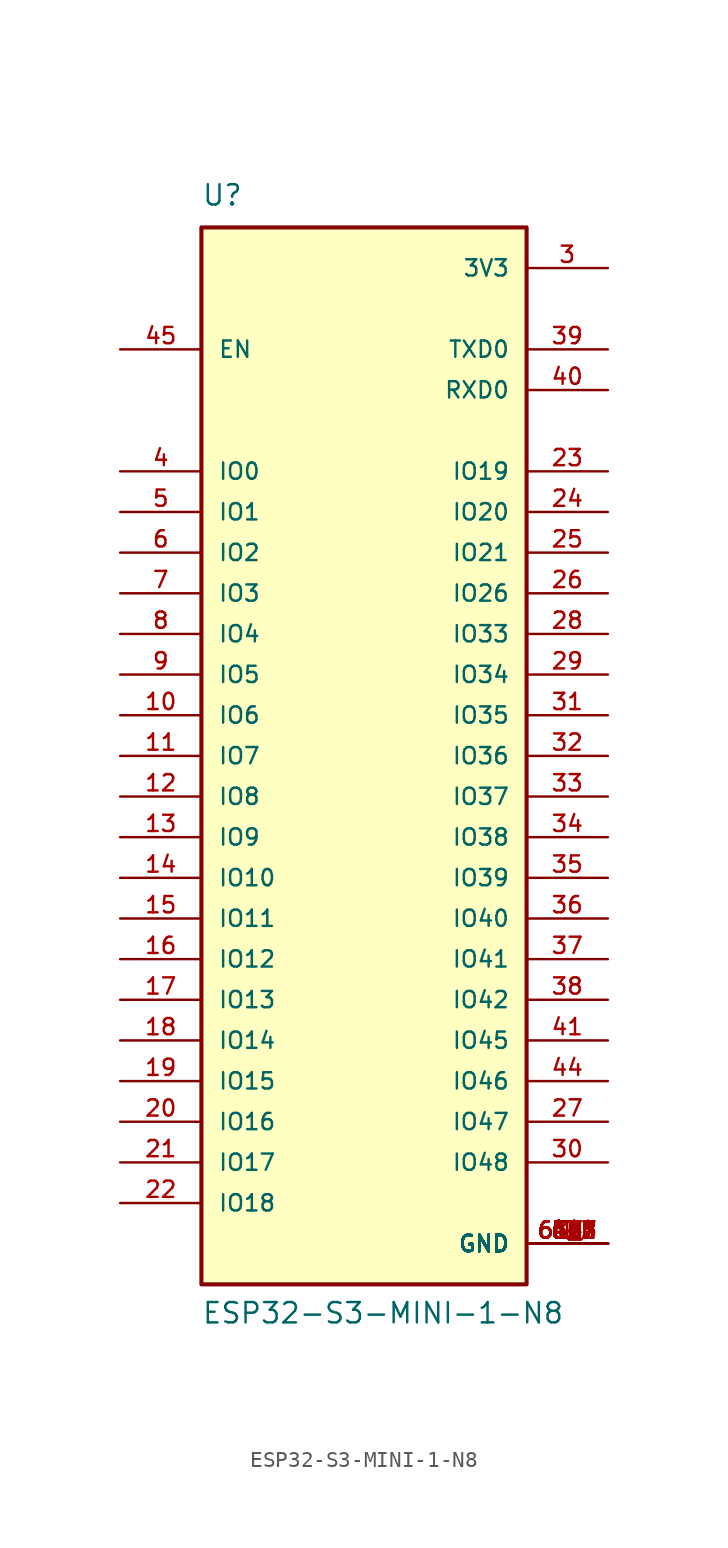
<source format=kicad_sym>
(kicad_symbol_lib
  (version 20241209)
  (generator "kicad_symbol_editor")
  (generator_version "9.0")
  (symbol "ESP32-S3-MINI-1-N8"
    (pin_names
      (offset 1.016))
    (property "Reference" "U"
      (at -10.16 34.29 0)
      (effects (font (size 1.27 1.27)) (justify left bottom)))
    (property "Value" "ESP32-S3-MINI-1-N8"
      (at -10.16 -35.56 0)
      (effects (font (size 1.27 1.27)) (justify left bottom)))
    (symbol "ESP32-S3-MINI-1-N8_0_0"
      (rectangle (start -10.16 -33.02) (end 10.16 33.02) (stroke (width 0.254) (type default)) (fill (type background)))
      (pin input line (at -15.24 25.4 0) (length 5.08) (name "EN" (effects (font (size 1.016 1.016)))) (number "45" (effects (font (size 1.016 1.016)))))
      (pin bidirectional line (at -15.24 17.78 0) (length 5.08) (name "IO0" (effects (font (size 1.016 1.016)))) (number "4" (effects (font (size 1.016 1.016)))))
      (pin bidirectional line (at -15.24 15.24 0) (length 5.08) (name "IO1" (effects (font (size 1.016 1.016)))) (number "5" (effects (font (size 1.016 1.016)))))
      (pin bidirectional line (at -15.24 12.7 0) (length 5.08) (name "IO2" (effects (font (size 1.016 1.016)))) (number "6" (effects (font (size 1.016 1.016)))))
      (pin bidirectional line (at -15.24 10.16 0) (length 5.08) (name "IO3" (effects (font (size 1.016 1.016)))) (number "7" (effects (font (size 1.016 1.016)))))
      (pin bidirectional line (at -15.24 7.62 0) (length 5.08) (name "IO4" (effects (font (size 1.016 1.016)))) (number "8" (effects (font (size 1.016 1.016)))))
      (pin bidirectional line (at -15.24 5.08 0) (length 5.08) (name "IO5" (effects (font (size 1.016 1.016)))) (number "9" (effects (font (size 1.016 1.016)))))
      (pin bidirectional line (at -15.24 2.54 0) (length 5.08) (name "IO6" (effects (font (size 1.016 1.016)))) (number "10" (effects (font (size 1.016 1.016)))))
      (pin bidirectional line (at -15.24 0 0) (length 5.08) (name "IO7" (effects (font (size 1.016 1.016)))) (number "11" (effects (font (size 1.016 1.016)))))
      (pin bidirectional line (at -15.24 -2.54 0) (length 5.08) (name "IO8" (effects (font (size 1.016 1.016)))) (number "12" (effects (font (size 1.016 1.016)))))
      (pin bidirectional line (at -15.24 -5.08 0) (length 5.08) (name "IO9" (effects (font (size 1.016 1.016)))) (number "13" (effects (font (size 1.016 1.016)))))
      (pin bidirectional line (at -15.24 -7.62 0) (length 5.08) (name "IO10" (effects (font (size 1.016 1.016)))) (number "14" (effects (font (size 1.016 1.016)))))
      (pin bidirectional line (at -15.24 -10.16 0) (length 5.08) (name "IO11" (effects (font (size 1.016 1.016)))) (number "15" (effects (font (size 1.016 1.016)))))
      (pin bidirectional line (at -15.24 -12.7 0) (length 5.08) (name "IO12" (effects (font (size 1.016 1.016)))) (number "16" (effects (font (size 1.016 1.016)))))
      (pin bidirectional line (at -15.24 -15.24 0) (length 5.08) (name "IO13" (effects (font (size 1.016 1.016)))) (number "17" (effects (font (size 1.016 1.016)))))
      (pin bidirectional line (at -15.24 -17.78 0) (length 5.08) (name "IO14" (effects (font (size 1.016 1.016)))) (number "18" (effects (font (size 1.016 1.016)))))
      (pin bidirectional line (at -15.24 -20.32 0) (length 5.08) (name "IO15" (effects (font (size 1.016 1.016)))) (number "19" (effects (font (size 1.016 1.016)))))
      (pin bidirectional line (at -15.24 -22.86 0) (length 5.08) (name "IO16" (effects (font (size 1.016 1.016)))) (number "20" (effects (font (size 1.016 1.016)))))
      (pin bidirectional line (at -15.24 -25.4 0) (length 5.08) (name "IO17" (effects (font (size 1.016 1.016)))) (number "21" (effects (font (size 1.016 1.016)))))
      (pin bidirectional line (at -15.24 -27.94 0) (length 5.08) (name "IO18" (effects (font (size 1.016 1.016)))) (number "22" (effects (font (size 1.016 1.016)))))
      (pin power_in line (at 15.24 30.48 180) (length 5.08) (name "3V3" (effects (font (size 1.016 1.016)))) (number "3" (effects (font (size 1.016 1.016)))))
      (pin bidirectional line (at 15.24 25.4 180) (length 5.08) (name "TXD0" (effects (font (size 1.016 1.016)))) (number "39" (effects (font (size 1.016 1.016)))))
      (pin bidirectional line (at 15.24 22.86 180) (length 5.08) (name "RXD0" (effects (font (size 1.016 1.016)))) (number "40" (effects (font (size 1.016 1.016)))))
      (pin bidirectional line (at 15.24 17.78 180) (length 5.08) (name "IO19" (effects (font (size 1.016 1.016)))) (number "23" (effects (font (size 1.016 1.016)))))
      (pin bidirectional line (at 15.24 15.24 180) (length 5.08) (name "IO20" (effects (font (size 1.016 1.016)))) (number "24" (effects (font (size 1.016 1.016)))))
      (pin bidirectional line (at 15.24 12.7 180) (length 5.08) (name "IO21" (effects (font (size 1.016 1.016)))) (number "25" (effects (font (size 1.016 1.016)))))
      (pin bidirectional line (at 15.24 10.16 180) (length 5.08) (name "IO26" (effects (font (size 1.016 1.016)))) (number "26" (effects (font (size 1.016 1.016)))))
      (pin bidirectional line (at 15.24 7.62 180) (length 5.08) (name "IO33" (effects (font (size 1.016 1.016)))) (number "28" (effects (font (size 1.016 1.016)))))
      (pin bidirectional line (at 15.24 5.08 180) (length 5.08) (name "IO34" (effects (font (size 1.016 1.016)))) (number "29" (effects (font (size 1.016 1.016)))))
      (pin bidirectional line (at 15.24 2.54 180) (length 5.08) (name "IO35" (effects (font (size 1.016 1.016)))) (number "31" (effects (font (size 1.016 1.016)))))
      (pin bidirectional line (at 15.24 0 180) (length 5.08) (name "IO36" (effects (font (size 1.016 1.016)))) (number "32" (effects (font (size 1.016 1.016)))))
      (pin bidirectional line (at 15.24 -2.54 180) (length 5.08) (name "IO37" (effects (font (size 1.016 1.016)))) (number "33" (effects (font (size 1.016 1.016)))))
      (pin bidirectional line (at 15.24 -5.08 180) (length 5.08) (name "IO38" (effects (font (size 1.016 1.016)))) (number "34" (effects (font (size 1.016 1.016)))))
      (pin bidirectional line (at 15.24 -7.62 180) (length 5.08) (name "IO39" (effects (font (size 1.016 1.016)))) (number "35" (effects (font (size 1.016 1.016)))))
      (pin bidirectional line (at 15.24 -10.16 180) (length 5.08) (name "IO40" (effects (font (size 1.016 1.016)))) (number "36" (effects (font (size 1.016 1.016)))))
      (pin bidirectional line (at 15.24 -12.7 180) (length 5.08) (name "IO41" (effects (font (size 1.016 1.016)))) (number "37" (effects (font (size 1.016 1.016)))))
      (pin bidirectional line (at 15.24 -15.24 180) (length 5.08) (name "IO42" (effects (font (size 1.016 1.016)))) (number "38" (effects (font (size 1.016 1.016)))))
      (pin bidirectional line (at 15.24 -17.78 180) (length 5.08) (name "IO45" (effects (font (size 1.016 1.016)))) (number "41" (effects (font (size 1.016 1.016)))))
      (pin bidirectional line (at 15.24 -20.32 180) (length 5.08) (name "IO46" (effects (font (size 1.016 1.016)))) (number "44" (effects (font (size 1.016 1.016)))))
      (pin bidirectional line (at 15.24 -22.86 180) (length 5.08) (name "IO47" (effects (font (size 1.016 1.016)))) (number "27" (effects (font (size 1.016 1.016)))))
      (pin bidirectional line (at 15.24 -25.4 180) (length 5.08) (name "IO48" (effects (font (size 1.016 1.016)))) (number "30" (effects (font (size 1.016 1.016)))))
      (pin power_in line (at 15.24 -30.48 180) (length 5.08) (name "GND" (effects (font (size 1.016 1.016)))) (number "1" (effects (font (size 1.016 1.016)))))
      (pin power_in line (at 15.24 -30.48 180) (length 5.08) (name "GND" (effects (font (size 1.016 1.016)))) (number "2" (effects (font (size 1.016 1.016)))))
      (pin power_in line (at 15.24 -30.48 180) (length 5.08) (name "GND" (effects (font (size 1.016 1.016)))) (number "42" (effects (font (size 1.016 1.016)))))
      (pin power_in line (at 15.24 -30.48 180) (length 5.08) (name "GND" (effects (font (size 1.016 1.016)))) (number "43" (effects (font (size 1.016 1.016)))))
      (pin power_in line (at 15.24 -30.48 180) (length 5.08) (name "GND" (effects (font (size 1.016 1.016)))) (number "46" (effects (font (size 1.016 1.016)))))
      (pin power_in line (at 15.24 -30.48 180) (length 5.08) (name "GND" (effects (font (size 1.016 1.016)))) (number "47" (effects (font (size 1.016 1.016)))))
      (pin power_in line (at 15.24 -30.48 180) (length 5.08) (name "GND" (effects (font (size 1.016 1.016)))) (number "48" (effects (font (size 1.016 1.016)))))
      (pin power_in line (at 15.24 -30.48 180) (length 5.08) (name "GND" (effects (font (size 1.016 1.016)))) (number "49" (effects (font (size 1.016 1.016)))))
      (pin power_in line (at 15.24 -30.48 180) (length 5.08) (name "GND" (effects (font (size 1.016 1.016)))) (number "50" (effects (font (size 1.016 1.016)))))
      (pin power_in line (at 15.24 -30.48 180) (length 5.08) (name "GND" (effects (font (size 1.016 1.016)))) (number "51" (effects (font (size 1.016 1.016)))))
      (pin power_in line (at 15.24 -30.48 180) (length 5.08) (name "GND" (effects (font (size 1.016 1.016)))) (number "52" (effects (font (size 1.016 1.016)))))
      (pin power_in line (at 15.24 -30.48 180) (length 5.08) (name "GND" (effects (font (size 1.016 1.016)))) (number "53" (effects (font (size 1.016 1.016)))))
      (pin power_in line (at 15.24 -30.48 180) (length 5.08) (name "GND" (effects (font (size 1.016 1.016)))) (number "54" (effects (font (size 1.016 1.016)))))
      (pin power_in line (at 15.24 -30.48 180) (length 5.08) (name "GND" (effects (font (size 1.016 1.016)))) (number "55" (effects (font (size 1.016 1.016)))))
      (pin power_in line (at 15.24 -30.48 180) (length 5.08) (name "GND" (effects (font (size 1.016 1.016)))) (number "56" (effects (font (size 1.016 1.016)))))
      (pin power_in line (at 15.24 -30.48 180) (length 5.08) (name "GND" (effects (font (size 1.016 1.016)))) (number "57" (effects (font (size 1.016 1.016)))))
      (pin power_in line (at 15.24 -30.48 180) (length 5.08) (name "GND" (effects (font (size 1.016 1.016)))) (number "58" (effects (font (size 1.016 1.016)))))
      (pin power_in line (at 15.24 -30.48 180) (length 5.08) (name "GND" (effects (font (size 1.016 1.016)))) (number "59" (effects (font (size 1.016 1.016)))))
      (pin power_in line (at 15.24 -30.48 180) (length 5.08) (name "GND" (effects (font (size 1.016 1.016)))) (number "60" (effects (font (size 1.016 1.016)))))
      (pin power_in line (at 15.24 -30.48 180) (length 5.08) (name "GND" (effects (font (size 1.016 1.016)))) (number "61" (effects (font (size 1.016 1.016)))))
      (pin power_in line (at 15.24 -30.48 180) (length 5.08) (name "GND" (effects (font (size 1.016 1.016)))) (number "61_1" (effects (font (size 1.016 1.016)))))
      (pin power_in line (at 15.24 -30.48 180) (length 5.08) (name "GND" (effects (font (size 1.016 1.016)))) (number "61_2" (effects (font (size 1.016 1.016)))))
      (pin power_in line (at 15.24 -30.48 180) (length 5.08) (name "GND" (effects (font (size 1.016 1.016)))) (number "61_3" (effects (font (size 1.016 1.016)))))
      (pin power_in line (at 15.24 -30.48 180) (length 5.08) (name "GND" (effects (font (size 1.016 1.016)))) (number "61_4" (effects (font (size 1.016 1.016)))))
      (pin power_in line (at 15.24 -30.48 180) (length 5.08) (name "GND" (effects (font (size 1.016 1.016)))) (number "61_5" (effects (font (size 1.016 1.016)))))
      (pin power_in line (at 15.24 -30.48 180) (length 5.08) (name "GND" (effects (font (size 1.016 1.016)))) (number "61_6" (effects (font (size 1.016 1.016)))))
      (pin power_in line (at 15.24 -30.48 180) (length 5.08) (name "GND" (effects (font (size 1.016 1.016)))) (number "61_7" (effects (font (size 1.016 1.016)))))
      (pin power_in line (at 15.24 -30.48 180) (length 5.08) (name "GND" (effects (font (size 1.016 1.016)))) (number "61_8" (effects (font (size 1.016 1.016)))))
      (pin power_in line (at 15.24 -30.48 180) (length 5.08) (name "GND" (effects (font (size 1.016 1.016)))) (number "62" (effects (font (size 1.016 1.016)))))
      (pin power_in line (at 15.24 -30.48 180) (length 5.08) (name "GND" (effects (font (size 1.016 1.016)))) (number "63" (effects (font (size 1.016 1.016)))))
      (pin power_in line (at 15.24 -30.48 180) (length 5.08) (name "GND" (effects (font (size 1.016 1.016)))) (number "64" (effects (font (size 1.016 1.016)))))
      (pin power_in line (at 15.24 -30.48 180) (length 5.08) (name "GND" (effects (font (size 1.016 1.016)))) (number "65" (effects (font (size 1.016 1.016))))))))
</source>
